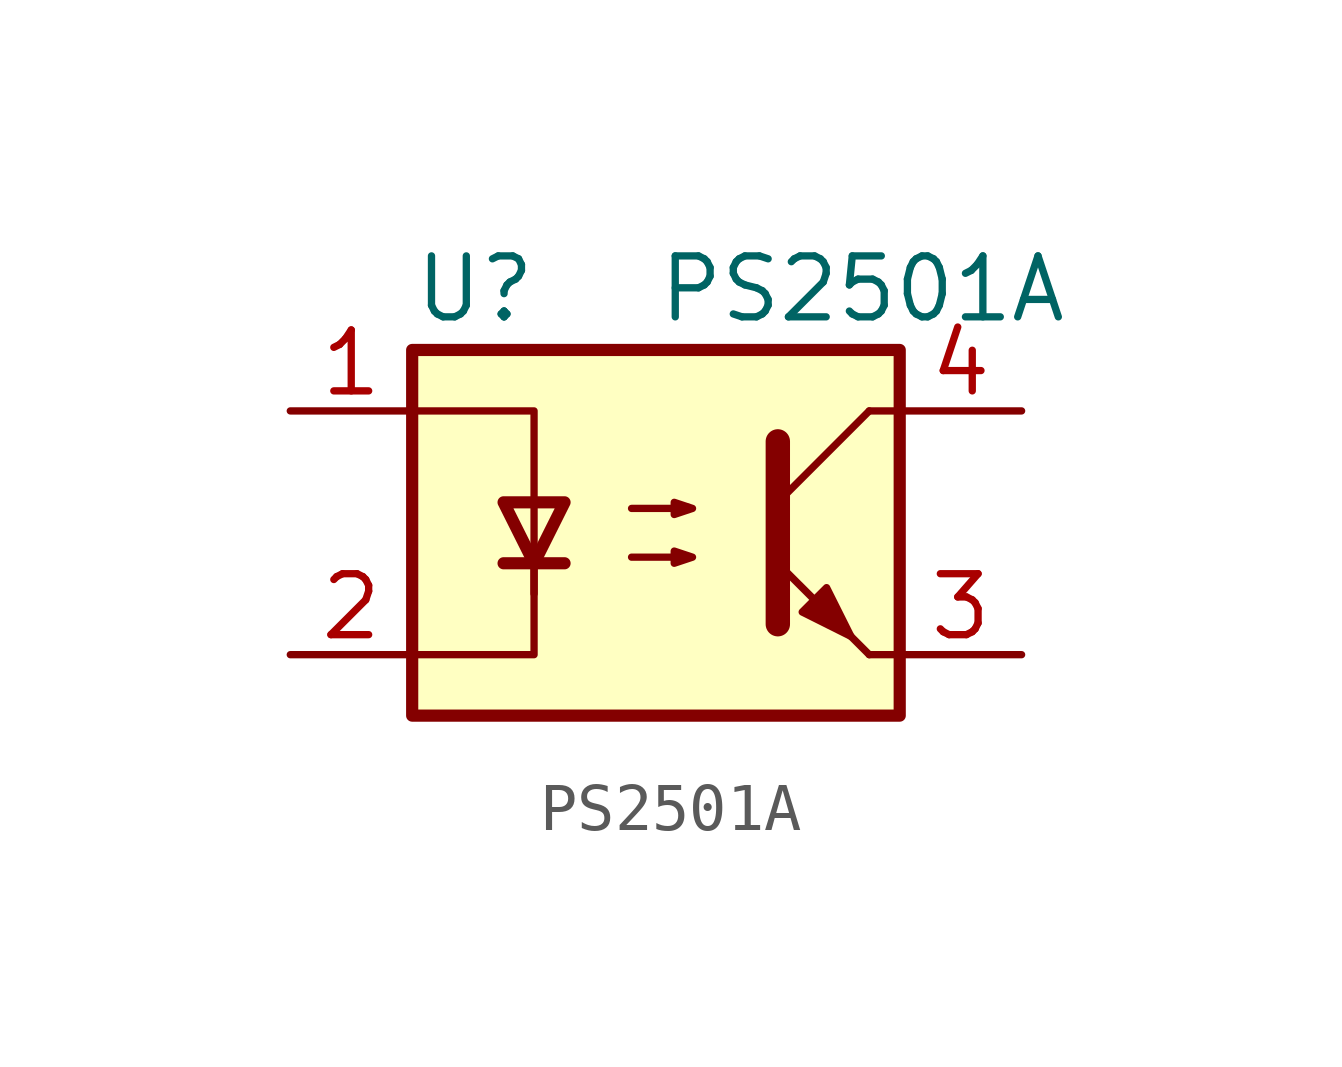
<source format=kicad_sym>
(kicad_symbol_lib
  (version 20231120)
  (generator "kicad_symbol_editor")
  (generator_version "8.0")
  (symbol "PS2501A"
    (property "Reference" "U"
      (at -5.08 5.08 0)
      (effects (font (size 1.27 1.27)) (justify left)))
    (property "Value" "PS2501A"
      (at 0 5.08 0)
      (effects (font (size 1.27 1.27)) (justify left)))
    (symbol "PS2501A_0_1"
      (rectangle (start -5.08 3.81) (end 5.08 -3.81) (stroke (width 0.254) (type default)) (fill (type background)))
      (polyline (pts (xy -3.175 -0.635) (xy -1.905 -0.635)) (stroke (width 0.254) (type default)) (fill (type none)))
      (polyline (pts (xy 2.54 0.635) (xy 4.445 2.54)) (stroke (width 0) (type default)) (fill (type none)))
      (polyline (pts (xy 4.445 -2.54) (xy 2.54 -0.635)) (stroke (width 0) (type default)) (fill (type outline)))
      (polyline (pts (xy 4.445 -2.54) (xy 5.08 -2.54)) (stroke (width 0) (type default)) (fill (type none)))
      (polyline (pts (xy 4.445 2.54) (xy 5.08 2.54)) (stroke (width 0) (type default)) (fill (type none)))
      (polyline (pts (xy -2.54 -0.635) (xy -2.54 -2.54) (xy -5.08 -2.54)) (stroke (width 0) (type default)) (fill (type none)))
      (polyline (pts (xy 2.54 1.905) (xy 2.54 -1.905) (xy 2.54 -1.905)) (stroke (width 0.508) (type default)) (fill (type none)))
      (polyline (pts (xy -5.08 2.54) (xy -2.54 2.54) (xy -2.54 -1.27) (xy -2.54 0.635)) (stroke (width 0) (type default)) (fill (type none)))
      (polyline (pts (xy -2.54 -0.635) (xy -3.175 0.635) (xy -1.905 0.635) (xy -2.54 -0.635)) (stroke (width 0.254) (type default)) (fill (type none)))
      (polyline (pts (xy -0.508 -0.508) (xy 0.762 -0.508) (xy 0.381 -0.635) (xy 0.381 -0.381) (xy 0.762 -0.508)) (stroke (width 0) (type default)) (fill (type none)))
      (polyline (pts (xy -0.508 0.508) (xy 0.762 0.508) (xy 0.381 0.381) (xy 0.381 0.635) (xy 0.762 0.508)) (stroke (width 0) (type default)) (fill (type none)))
      (polyline (pts (xy 3.048 -1.651) (xy 3.556 -1.143) (xy 4.064 -2.159) (xy 3.048 -1.651) (xy 3.048 -1.651)) (stroke (width 0) (type default)) (fill (type outline))))
    (symbol "PS2501A_1_1"
      (pin passive line (at -7.62 2.54 0) (length 2.54) (name "~" (effects (font (size 1.27 1.27)))) (number "1" (effects (font (size 1.27 1.27)))))
      (pin passive line (at -7.62 -2.54 0) (length 2.54) (name "~" (effects (font (size 1.27 1.27)))) (number "2" (effects (font (size 1.27 1.27)))))
      (pin passive line (at 7.62 -2.54 180) (length 2.54) (name "~" (effects (font (size 1.27 1.27)))) (number "3" (effects (font (size 1.27 1.27)))))
      (pin passive line (at 7.62 2.54 180) (length 2.54) (name "~" (effects (font (size 1.27 1.27)))) (number "4" (effects (font (size 1.27 1.27))))))))
</source>
